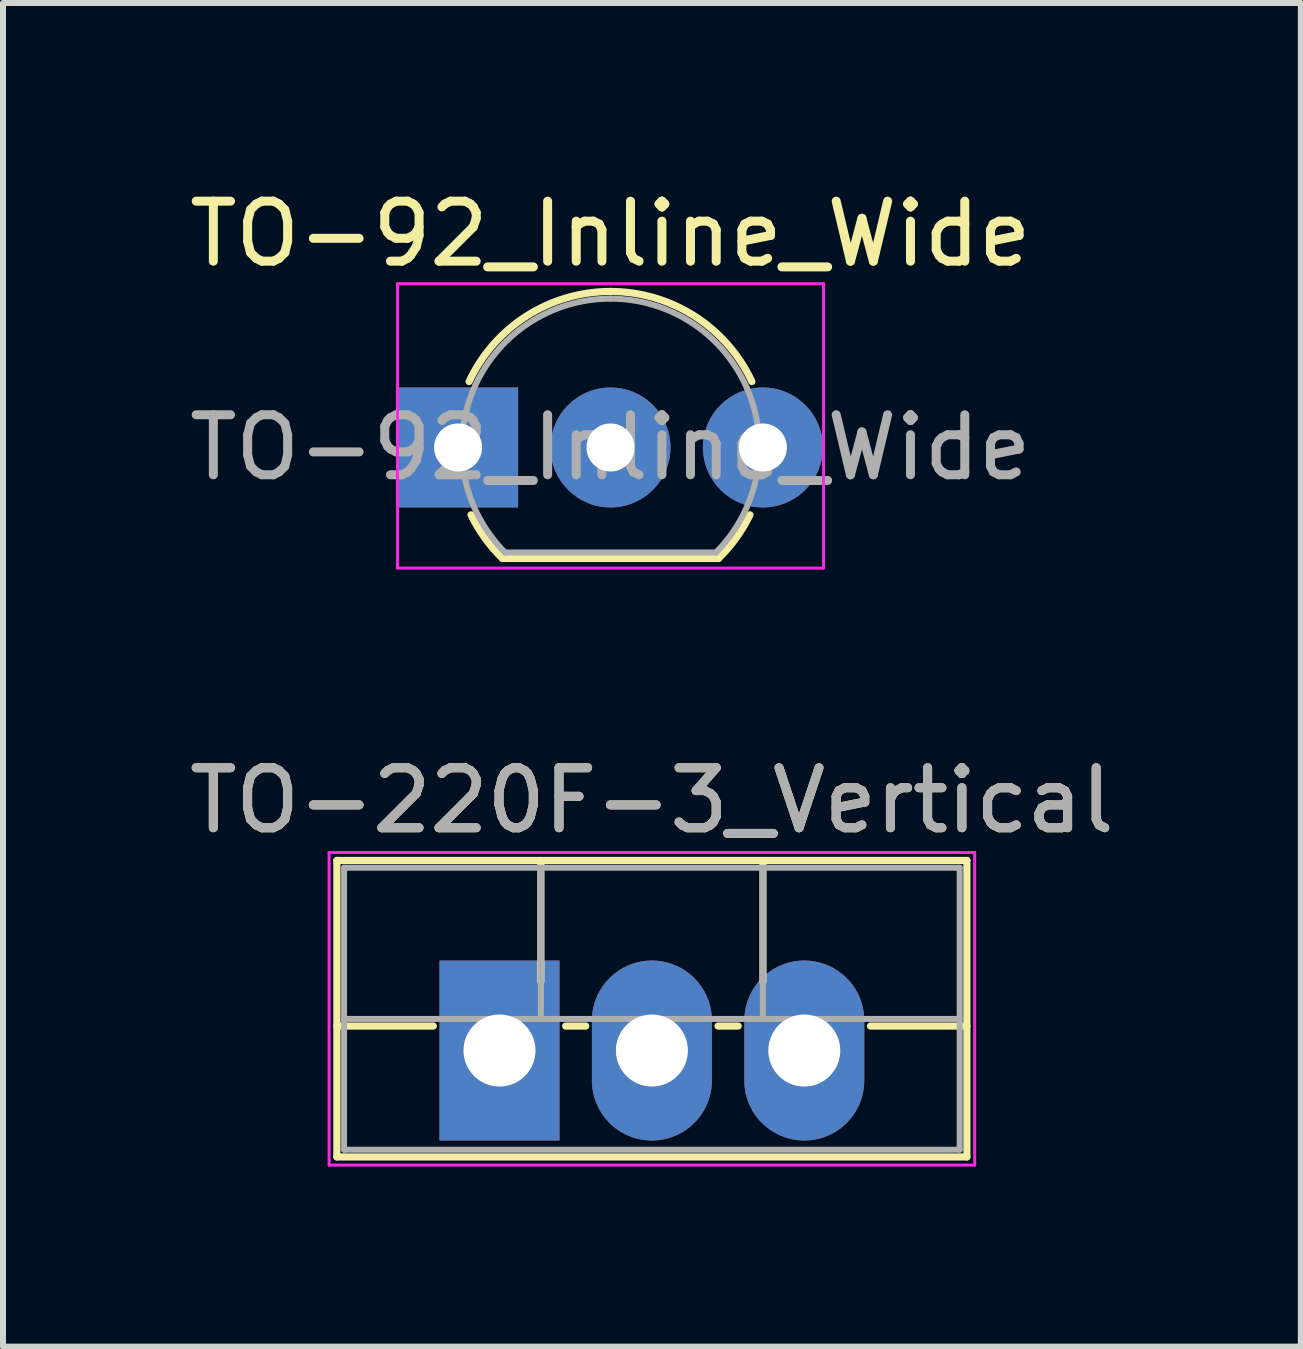
<source format=kicad_pcb>
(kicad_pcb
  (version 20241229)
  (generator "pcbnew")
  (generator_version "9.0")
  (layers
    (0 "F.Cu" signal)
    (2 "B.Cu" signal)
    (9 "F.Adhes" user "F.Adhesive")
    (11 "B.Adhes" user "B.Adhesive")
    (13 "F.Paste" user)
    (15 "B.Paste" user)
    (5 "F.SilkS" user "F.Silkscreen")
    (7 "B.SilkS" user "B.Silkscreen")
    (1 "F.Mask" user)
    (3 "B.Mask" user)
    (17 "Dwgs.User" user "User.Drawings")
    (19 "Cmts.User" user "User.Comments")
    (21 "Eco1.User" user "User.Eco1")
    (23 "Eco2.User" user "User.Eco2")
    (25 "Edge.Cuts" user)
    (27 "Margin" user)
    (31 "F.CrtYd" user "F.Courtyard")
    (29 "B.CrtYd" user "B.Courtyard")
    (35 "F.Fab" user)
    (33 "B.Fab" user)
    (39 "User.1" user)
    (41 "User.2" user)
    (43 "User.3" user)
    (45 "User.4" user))
  (footprint "TO-220F-3_Vertical"
    (layer "F.Cu")
    (at 5.275 14.459)
    (property "Reference" "TO-220F-3_Vertical" (at 2.54 -4.168 0) (layer "F.SilkS") (effects (font (size 1 1) (thickness 0.15))))
    (attr through_hole)
    (fp_line (start -2.71 -3.168) (end -2.71 1.773) (stroke (width 0.12) (type solid)) (layer "F.SilkS"))
    (fp_line (start -2.71 -3.168) (end 7.79 -3.168) (stroke (width 0.12) (type solid)) (layer "F.SilkS"))
    (fp_line (start -2.71 -0.408) (end -1.103 -0.408) (stroke (width 0.12) (type solid)) (layer "F.SilkS"))
    (fp_line (start -2.71 1.773) (end 7.79 1.773) (stroke (width 0.12) (type solid)) (layer "F.SilkS"))
    (fp_line (start 0.69 -3.168) (end 0.69 -1.15) (stroke (width 0.12) (type solid)) (layer "F.SilkS"))
    (fp_line (start 1.103 -0.408) (end 1.438 -0.408) (stroke (width 0.12) (type solid)) (layer "F.SilkS"))
    (fp_line (start 3.643 -0.408) (end 3.978 -0.408) (stroke (width 0.12) (type solid)) (layer "F.SilkS"))
    (fp_line (start 4.391 -3.168) (end 4.391 -1.15) (stroke (width 0.12) (type solid)) (layer "F.SilkS"))
    (fp_line (start 6.183 -0.408) (end 7.79 -0.408) (stroke (width 0.12) (type solid)) (layer "F.SilkS"))
    (fp_line (start 7.79 -3.168) (end 7.79 1.773) (stroke (width 0.12) (type solid)) (layer "F.SilkS"))
    (fp_line (start -2.84 -3.3) (end -2.84 1.91) (stroke (width 0.05) (type solid)) (layer "F.CrtYd"))
    (fp_line (start -2.84 1.91) (end 7.92 1.91) (stroke (width 0.05) (type solid)) (layer "F.CrtYd"))
    (fp_line (start 7.92 -3.3) (end -2.84 -3.3) (stroke (width 0.05) (type solid)) (layer "F.CrtYd"))
    (fp_line (start 7.92 1.91) (end 7.92 -3.3) (stroke (width 0.05) (type solid)) (layer "F.CrtYd"))
    (fp_line (start -2.59 -3.047) (end -2.59 1.653) (stroke (width 0.1) (type solid)) (layer "F.Fab"))
    (fp_line (start -2.59 -0.527) (end 7.67 -0.527) (stroke (width 0.1) (type solid)) (layer "F.Fab"))
    (fp_line (start -2.59 1.653) (end 7.67 1.653) (stroke (width 0.1) (type solid)) (layer "F.Fab"))
    (fp_line (start 0.69 -3.047) (end 0.69 -0.527) (stroke (width 0.1) (type solid)) (layer "F.Fab"))
    (fp_line (start 4.39 -3.047) (end 4.39 -0.527) (stroke (width 0.1) (type solid)) (layer "F.Fab"))
    (fp_line (start 7.67 -3.047) (end -2.59 -3.047) (stroke (width 0.1) (type solid)) (layer "F.Fab"))
    (fp_line (start 7.67 1.653) (end 7.67 -3.047) (stroke (width 0.1) (type solid)) (layer "F.Fab"))
    (fp_text user "${REFERENCE}" (at 2.54 -4.168 0) (layer "F.Fab") (effects (font (size 1 1) (thickness 0.15))))
    (pad "1" thru_hole rect (at 0 0) (size 2 3) (drill 1.2) (layers "*.Cu" "*.Mask"))
    (pad "2" thru_hole oval (at 2.54 0) (size 2 3) (drill 1.2) (layers "*.Cu" "*.Mask"))
    (pad "3" thru_hole oval (at 5.08 0) (size 2 3) (drill 1.2) (layers "*.Cu" "*.Mask")))
  (footprint "TO-92_Inline_Wide"
    (layer "F.Cu")
    (at 4.585 4.408)
    (property "Reference" "TO-92_Inline_Wide" (at 2.54 -3.56 0) (layer "F.SilkS") (effects (font (size 1 1) (thickness 0.15))))
    (attr through_hole)
    (fp_line (start 0.74 1.85) (end 4.34 1.85) (stroke (width 0.12) (type solid)) (layer "F.SilkS"))
    (fp_arc (start 0.1836 -1.098807) (mid 1.143021 -2.192817) (end 2.54 -2.6) (stroke (width 0.12) (type solid)) (layer "F.SilkS"))
    (fp_arc (start 0.74 1.85) (mid 0.446097 1.509328) (end 0.215816 1.122795) (stroke (width 0.12) (type solid)) (layer "F.SilkS"))
    (fp_arc (start 2.54 -2.6) (mid 3.936979 -2.192818) (end 4.8964 -1.098807) (stroke (width 0.12) (type solid)) (layer "F.SilkS"))
    (fp_arc (start 4.864184 1.122795) (mid 4.633903 1.509328) (end 4.34 1.85) (stroke (width 0.12) (type solid)) (layer "F.SilkS"))
    (fp_line (start -1.01 -2.73) (end -1.01 2.01) (stroke (width 0.05) (type solid)) (layer "F.CrtYd"))
    (fp_line (start -1.01 -2.73) (end 6.09 -2.73) (stroke (width 0.05) (type solid)) (layer "F.CrtYd"))
    (fp_line (start 6.09 2.01) (end -1.01 2.01) (stroke (width 0.05) (type solid)) (layer "F.CrtYd"))
    (fp_line (start 6.09 2.01) (end 6.09 -2.73) (stroke (width 0.05) (type solid)) (layer "F.CrtYd"))
    (fp_line (start 0.8 1.75) (end 4.3 1.75) (stroke (width 0.1) (type solid)) (layer "F.Fab"))
    (fp_arc (start 0.786375 1.753625) (mid 0.248779 -0.949055) (end 2.54 -2.48) (stroke (width 0.1) (type solid)) (layer "F.Fab"))
    (fp_arc (start 2.54 -2.48) (mid 4.831221 -0.949055) (end 4.293625 1.753625) (stroke (width 0.1) (type solid)) (layer "F.Fab"))
    (fp_text user "${REFERENCE}" (at 2.54 0 0) (layer "F.Fab") (effects (font (size 1 1) (thickness 0.15))))
    (pad "1" thru_hole rect (at 0 0) (size 2 2) (drill 0.8) (layers "*.Cu" "*.Mask"))
    (pad "2" thru_hole circle (at 2.54 0) (size 2 2) (drill 0.8) (layers "*.Cu" "*.Mask"))
    (pad "3" thru_hole circle (at 5.08 0) (size 2 2) (drill 0.8) (layers "*.Cu" "*.Mask")))
  (gr_rect
    (start -3 -3)
    (end 18.631 19.394)
    (stroke (width 0.1) (type default))
    (fill no)
    (layer "Edge.Cuts")))
</source>
